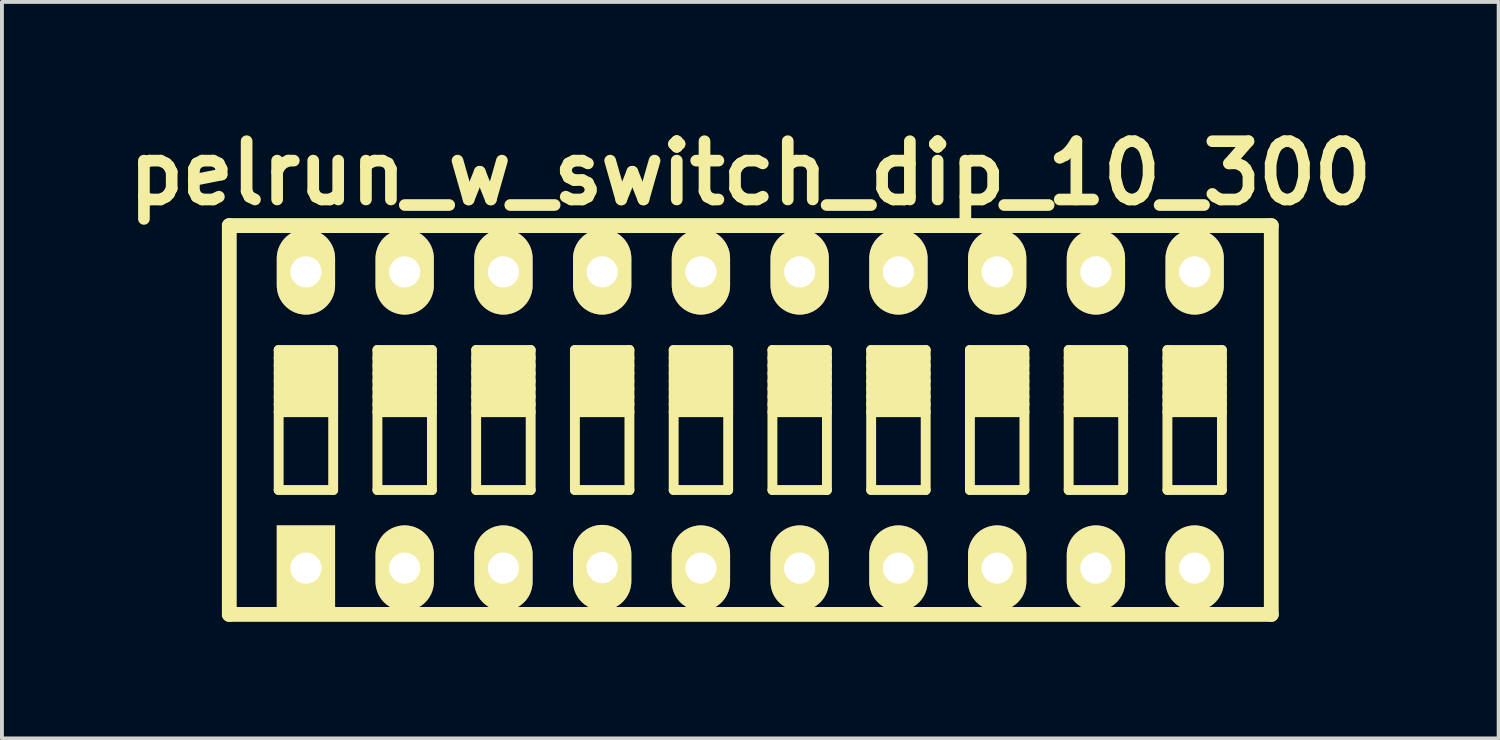
<source format=kicad_pcb>
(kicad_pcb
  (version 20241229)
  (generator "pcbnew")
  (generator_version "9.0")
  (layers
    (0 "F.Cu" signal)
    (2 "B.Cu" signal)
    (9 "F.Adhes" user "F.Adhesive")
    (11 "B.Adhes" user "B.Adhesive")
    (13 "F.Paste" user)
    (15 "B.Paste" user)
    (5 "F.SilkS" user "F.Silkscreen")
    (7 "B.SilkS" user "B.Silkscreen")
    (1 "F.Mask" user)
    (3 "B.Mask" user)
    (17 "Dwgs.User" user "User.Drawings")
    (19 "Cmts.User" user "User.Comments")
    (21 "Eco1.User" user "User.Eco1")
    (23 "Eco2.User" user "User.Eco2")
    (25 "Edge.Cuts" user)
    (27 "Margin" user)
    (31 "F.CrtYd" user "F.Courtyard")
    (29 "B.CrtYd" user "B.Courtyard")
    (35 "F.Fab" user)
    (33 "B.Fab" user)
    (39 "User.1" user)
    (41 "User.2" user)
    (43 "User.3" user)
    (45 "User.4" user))
  (footprint "pelrun_w_switch_dip_10_300"
    (layer "F.Cu")
    (at 16.249 7.753)
    (property "Reference" "pelrun_w_switch_dip_10_300" (at 0 -6.35 0) (layer "F.SilkS") (effects (font (size 1.499 1.499) (thickness 0.3))))
    (attr through_hole)
    (fp_line (start -13.401 5.001) (end -13.401 -5.001) (stroke (width 0.381) (type solid)) (layer "F.SilkS"))
    (fp_line (start -13.401 5.001) (end 13.401 5.001) (stroke (width 0.381) (type solid)) (layer "F.SilkS"))
    (fp_line (start -12.131 -1.801) (end -12.131 1.801) (stroke (width 0.254) (type solid)) (layer "F.SilkS"))
    (fp_line (start -12.131 -1.6) (end -10.729 -1.6) (stroke (width 0.254) (type solid)) (layer "F.SilkS"))
    (fp_line (start -12.131 -1.4) (end -10.729 -1.4) (stroke (width 0.254) (type solid)) (layer "F.SilkS"))
    (fp_line (start -12.131 -1.201) (end -10.729 -1.201) (stroke (width 0.254) (type solid)) (layer "F.SilkS"))
    (fp_line (start -12.131 -1.001) (end -10.729 -1.001) (stroke (width 0.254) (type solid)) (layer "F.SilkS"))
    (fp_line (start -12.131 -0.8) (end -10.729 -0.8) (stroke (width 0.254) (type solid)) (layer "F.SilkS"))
    (fp_line (start -12.131 -0.599) (end -10.729 -0.599) (stroke (width 0.254) (type solid)) (layer "F.SilkS"))
    (fp_line (start -12.131 -0.401) (end -10.729 -0.401) (stroke (width 0.254) (type solid)) (layer "F.SilkS"))
    (fp_line (start -12.131 -0.201) (end -10.729 -0.201) (stroke (width 0.254) (type solid)) (layer "F.SilkS"))
    (fp_line (start -12.131 1.801) (end -10.729 1.801) (stroke (width 0.254) (type solid)) (layer "F.SilkS"))
    (fp_line (start -10.729 -1.801) (end -12.131 -1.801) (stroke (width 0.254) (type solid)) (layer "F.SilkS"))
    (fp_line (start -10.729 1.801) (end -10.729 -1.801) (stroke (width 0.254) (type solid)) (layer "F.SilkS"))
    (fp_line (start -9.591 -1.801) (end -9.591 1.801) (stroke (width 0.254) (type solid)) (layer "F.SilkS"))
    (fp_line (start -9.591 -1.6) (end -8.189 -1.6) (stroke (width 0.254) (type solid)) (layer "F.SilkS"))
    (fp_line (start -9.591 -1.4) (end -8.189 -1.4) (stroke (width 0.254) (type solid)) (layer "F.SilkS"))
    (fp_line (start -9.591 -1.201) (end -8.189 -1.201) (stroke (width 0.254) (type solid)) (layer "F.SilkS"))
    (fp_line (start -9.591 -1.001) (end -8.189 -1.001) (stroke (width 0.254) (type solid)) (layer "F.SilkS"))
    (fp_line (start -9.591 -0.8) (end -8.189 -0.8) (stroke (width 0.254) (type solid)) (layer "F.SilkS"))
    (fp_line (start -9.591 -0.599) (end -8.189 -0.599) (stroke (width 0.254) (type solid)) (layer "F.SilkS"))
    (fp_line (start -9.591 -0.401) (end -8.189 -0.401) (stroke (width 0.254) (type solid)) (layer "F.SilkS"))
    (fp_line (start -9.591 -0.201) (end -8.189 -0.201) (stroke (width 0.254) (type solid)) (layer "F.SilkS"))
    (fp_line (start -9.591 1.801) (end -8.189 1.801) (stroke (width 0.254) (type solid)) (layer "F.SilkS"))
    (fp_line (start -8.189 -1.801) (end -9.591 -1.801) (stroke (width 0.254) (type solid)) (layer "F.SilkS"))
    (fp_line (start -8.189 1.801) (end -8.189 -1.801) (stroke (width 0.254) (type solid)) (layer "F.SilkS"))
    (fp_line (start -7.051 -1.801) (end -7.051 1.801) (stroke (width 0.254) (type solid)) (layer "F.SilkS"))
    (fp_line (start -7.051 -1.6) (end -5.649 -1.6) (stroke (width 0.254) (type solid)) (layer "F.SilkS"))
    (fp_line (start -7.051 -1.4) (end -5.649 -1.4) (stroke (width 0.254) (type solid)) (layer "F.SilkS"))
    (fp_line (start -7.051 -1.201) (end -5.649 -1.201) (stroke (width 0.254) (type solid)) (layer "F.SilkS"))
    (fp_line (start -7.051 -1.001) (end -5.649 -1.001) (stroke (width 0.254) (type solid)) (layer "F.SilkS"))
    (fp_line (start -7.051 -0.8) (end -5.649 -0.8) (stroke (width 0.254) (type solid)) (layer "F.SilkS"))
    (fp_line (start -7.051 -0.599) (end -5.649 -0.599) (stroke (width 0.254) (type solid)) (layer "F.SilkS"))
    (fp_line (start -7.051 -0.401) (end -5.649 -0.401) (stroke (width 0.254) (type solid)) (layer "F.SilkS"))
    (fp_line (start -7.051 -0.201) (end -5.649 -0.201) (stroke (width 0.254) (type solid)) (layer "F.SilkS"))
    (fp_line (start -7.051 1.801) (end -5.649 1.801) (stroke (width 0.254) (type solid)) (layer "F.SilkS"))
    (fp_line (start -5.649 -1.801) (end -7.051 -1.801) (stroke (width 0.254) (type solid)) (layer "F.SilkS"))
    (fp_line (start -5.649 1.801) (end -5.649 -1.801) (stroke (width 0.254) (type solid)) (layer "F.SilkS"))
    (fp_line (start -4.511 -1.801) (end -4.511 1.801) (stroke (width 0.254) (type solid)) (layer "F.SilkS"))
    (fp_line (start -4.511 -1.6) (end -3.109 -1.6) (stroke (width 0.254) (type solid)) (layer "F.SilkS"))
    (fp_line (start -4.511 -1.4) (end -3.109 -1.4) (stroke (width 0.254) (type solid)) (layer "F.SilkS"))
    (fp_line (start -4.511 -1.201) (end -3.109 -1.201) (stroke (width 0.254) (type solid)) (layer "F.SilkS"))
    (fp_line (start -4.511 -1.001) (end -3.109 -1.001) (stroke (width 0.254) (type solid)) (layer "F.SilkS"))
    (fp_line (start -4.511 -0.8) (end -3.109 -0.8) (stroke (width 0.254) (type solid)) (layer "F.SilkS"))
    (fp_line (start -4.511 -0.599) (end -3.109 -0.599) (stroke (width 0.254) (type solid)) (layer "F.SilkS"))
    (fp_line (start -4.511 -0.401) (end -3.109 -0.401) (stroke (width 0.254) (type solid)) (layer "F.SilkS"))
    (fp_line (start -4.511 -0.201) (end -3.109 -0.201) (stroke (width 0.254) (type solid)) (layer "F.SilkS"))
    (fp_line (start -4.511 1.801) (end -3.109 1.801) (stroke (width 0.254) (type solid)) (layer "F.SilkS"))
    (fp_line (start -3.109 -1.801) (end -4.511 -1.801) (stroke (width 0.254) (type solid)) (layer "F.SilkS"))
    (fp_line (start -3.109 1.801) (end -3.109 -1.801) (stroke (width 0.254) (type solid)) (layer "F.SilkS"))
    (fp_line (start -1.971 -1.801) (end -1.971 1.801) (stroke (width 0.254) (type solid)) (layer "F.SilkS"))
    (fp_line (start -1.971 -1.6) (end -0.569 -1.6) (stroke (width 0.254) (type solid)) (layer "F.SilkS"))
    (fp_line (start -1.971 -1.4) (end -0.569 -1.4) (stroke (width 0.254) (type solid)) (layer "F.SilkS"))
    (fp_line (start -1.971 -1.201) (end -0.569 -1.201) (stroke (width 0.254) (type solid)) (layer "F.SilkS"))
    (fp_line (start -1.971 -1.001) (end -0.569 -1.001) (stroke (width 0.254) (type solid)) (layer "F.SilkS"))
    (fp_line (start -1.971 -0.8) (end -0.569 -0.8) (stroke (width 0.254) (type solid)) (layer "F.SilkS"))
    (fp_line (start -1.971 -0.599) (end -0.569 -0.599) (stroke (width 0.254) (type solid)) (layer "F.SilkS"))
    (fp_line (start -1.971 -0.401) (end -0.569 -0.401) (stroke (width 0.254) (type solid)) (layer "F.SilkS"))
    (fp_line (start -1.971 -0.201) (end -0.569 -0.201) (stroke (width 0.254) (type solid)) (layer "F.SilkS"))
    (fp_line (start -1.971 1.801) (end -0.569 1.801) (stroke (width 0.254) (type solid)) (layer "F.SilkS"))
    (fp_line (start -0.569 -1.801) (end -1.971 -1.801) (stroke (width 0.254) (type solid)) (layer "F.SilkS"))
    (fp_line (start -0.569 1.801) (end -0.569 -1.801) (stroke (width 0.254) (type solid)) (layer "F.SilkS"))
    (fp_line (start 0.569 -1.801) (end 0.569 1.801) (stroke (width 0.254) (type solid)) (layer "F.SilkS"))
    (fp_line (start 0.569 -1.6) (end 1.971 -1.6) (stroke (width 0.254) (type solid)) (layer "F.SilkS"))
    (fp_line (start 0.569 -1.4) (end 1.971 -1.4) (stroke (width 0.254) (type solid)) (layer "F.SilkS"))
    (fp_line (start 0.569 -1.201) (end 1.971 -1.201) (stroke (width 0.254) (type solid)) (layer "F.SilkS"))
    (fp_line (start 0.569 -1.001) (end 1.971 -1.001) (stroke (width 0.254) (type solid)) (layer "F.SilkS"))
    (fp_line (start 0.569 -0.8) (end 1.971 -0.8) (stroke (width 0.254) (type solid)) (layer "F.SilkS"))
    (fp_line (start 0.569 -0.599) (end 1.971 -0.599) (stroke (width 0.254) (type solid)) (layer "F.SilkS"))
    (fp_line (start 0.569 -0.401) (end 1.971 -0.401) (stroke (width 0.254) (type solid)) (layer "F.SilkS"))
    (fp_line (start 0.569 -0.201) (end 1.971 -0.201) (stroke (width 0.254) (type solid)) (layer "F.SilkS"))
    (fp_line (start 0.569 1.801) (end 1.971 1.801) (stroke (width 0.254) (type solid)) (layer "F.SilkS"))
    (fp_line (start 1.971 -1.801) (end 0.569 -1.801) (stroke (width 0.254) (type solid)) (layer "F.SilkS"))
    (fp_line (start 1.971 1.801) (end 1.971 -1.801) (stroke (width 0.254) (type solid)) (layer "F.SilkS"))
    (fp_line (start 3.109 -1.801) (end 3.109 1.801) (stroke (width 0.254) (type solid)) (layer "F.SilkS"))
    (fp_line (start 3.109 -1.6) (end 4.511 -1.6) (stroke (width 0.254) (type solid)) (layer "F.SilkS"))
    (fp_line (start 3.109 -1.4) (end 4.511 -1.4) (stroke (width 0.254) (type solid)) (layer "F.SilkS"))
    (fp_line (start 3.109 -1.201) (end 4.511 -1.201) (stroke (width 0.254) (type solid)) (layer "F.SilkS"))
    (fp_line (start 3.109 -1.001) (end 4.511 -1.001) (stroke (width 0.254) (type solid)) (layer "F.SilkS"))
    (fp_line (start 3.109 -0.8) (end 4.511 -0.8) (stroke (width 0.254) (type solid)) (layer "F.SilkS"))
    (fp_line (start 3.109 -0.599) (end 4.511 -0.599) (stroke (width 0.254) (type solid)) (layer "F.SilkS"))
    (fp_line (start 3.109 -0.401) (end 4.511 -0.401) (stroke (width 0.254) (type solid)) (layer "F.SilkS"))
    (fp_line (start 3.109 -0.201) (end 4.511 -0.201) (stroke (width 0.254) (type solid)) (layer "F.SilkS"))
    (fp_line (start 3.109 1.801) (end 4.511 1.801) (stroke (width 0.254) (type solid)) (layer "F.SilkS"))
    (fp_line (start 4.511 -1.801) (end 3.109 -1.801) (stroke (width 0.254) (type solid)) (layer "F.SilkS"))
    (fp_line (start 4.511 1.801) (end 4.511 -1.801) (stroke (width 0.254) (type solid)) (layer "F.SilkS"))
    (fp_line (start 5.649 -1.801) (end 5.649 1.801) (stroke (width 0.254) (type solid)) (layer "F.SilkS"))
    (fp_line (start 5.649 -1.6) (end 7.051 -1.6) (stroke (width 0.254) (type solid)) (layer "F.SilkS"))
    (fp_line (start 5.649 -1.4) (end 7.051 -1.4) (stroke (width 0.254) (type solid)) (layer "F.SilkS"))
    (fp_line (start 5.649 -1.201) (end 7.051 -1.201) (stroke (width 0.254) (type solid)) (layer "F.SilkS"))
    (fp_line (start 5.649 -1.001) (end 7.051 -1.001) (stroke (width 0.254) (type solid)) (layer "F.SilkS"))
    (fp_line (start 5.649 -0.8) (end 7.051 -0.8) (stroke (width 0.254) (type solid)) (layer "F.SilkS"))
    (fp_line (start 5.649 -0.599) (end 7.051 -0.599) (stroke (width 0.254) (type solid)) (layer "F.SilkS"))
    (fp_line (start 5.649 -0.401) (end 7.051 -0.401) (stroke (width 0.254) (type solid)) (layer "F.SilkS"))
    (fp_line (start 5.649 -0.201) (end 7.051 -0.201) (stroke (width 0.254) (type solid)) (layer "F.SilkS"))
    (fp_line (start 5.649 1.801) (end 7.051 1.801) (stroke (width 0.254) (type solid)) (layer "F.SilkS"))
    (fp_line (start 7.051 -1.801) (end 5.649 -1.801) (stroke (width 0.254) (type solid)) (layer "F.SilkS"))
    (fp_line (start 7.051 1.801) (end 7.051 -1.801) (stroke (width 0.254) (type solid)) (layer "F.SilkS"))
    (fp_line (start 8.189 -1.801) (end 8.189 1.801) (stroke (width 0.254) (type solid)) (layer "F.SilkS"))
    (fp_line (start 8.189 -1.6) (end 9.591 -1.6) (stroke (width 0.254) (type solid)) (layer "F.SilkS"))
    (fp_line (start 8.189 -1.4) (end 9.591 -1.4) (stroke (width 0.254) (type solid)) (layer "F.SilkS"))
    (fp_line (start 8.189 -1.201) (end 9.591 -1.201) (stroke (width 0.254) (type solid)) (layer "F.SilkS"))
    (fp_line (start 8.189 -1.001) (end 9.591 -1.001) (stroke (width 0.254) (type solid)) (layer "F.SilkS"))
    (fp_line (start 8.189 -0.8) (end 9.591 -0.8) (stroke (width 0.254) (type solid)) (layer "F.SilkS"))
    (fp_line (start 8.189 -0.599) (end 9.591 -0.599) (stroke (width 0.254) (type solid)) (layer "F.SilkS"))
    (fp_line (start 8.189 -0.401) (end 9.591 -0.401) (stroke (width 0.254) (type solid)) (layer "F.SilkS"))
    (fp_line (start 8.189 -0.201) (end 9.591 -0.201) (stroke (width 0.254) (type solid)) (layer "F.SilkS"))
    (fp_line (start 8.189 1.801) (end 9.591 1.801) (stroke (width 0.254) (type solid)) (layer "F.SilkS"))
    (fp_line (start 9.591 -1.801) (end 8.189 -1.801) (stroke (width 0.254) (type solid)) (layer "F.SilkS"))
    (fp_line (start 9.591 1.801) (end 9.591 -1.801) (stroke (width 0.254) (type solid)) (layer "F.SilkS"))
    (fp_line (start 10.729 -1.801) (end 10.729 1.801) (stroke (width 0.254) (type solid)) (layer "F.SilkS"))
    (fp_line (start 10.729 -1.6) (end 12.131 -1.6) (stroke (width 0.254) (type solid)) (layer "F.SilkS"))
    (fp_line (start 10.729 -1.4) (end 12.131 -1.4) (stroke (width 0.254) (type solid)) (layer "F.SilkS"))
    (fp_line (start 10.729 -1.201) (end 12.131 -1.201) (stroke (width 0.254) (type solid)) (layer "F.SilkS"))
    (fp_line (start 10.729 -1.001) (end 12.131 -1.001) (stroke (width 0.254) (type solid)) (layer "F.SilkS"))
    (fp_line (start 10.729 -0.8) (end 12.131 -0.8) (stroke (width 0.254) (type solid)) (layer "F.SilkS"))
    (fp_line (start 10.729 -0.599) (end 12.131 -0.599) (stroke (width 0.254) (type solid)) (layer "F.SilkS"))
    (fp_line (start 10.729 -0.401) (end 12.131 -0.401) (stroke (width 0.254) (type solid)) (layer "F.SilkS"))
    (fp_line (start 10.729 -0.201) (end 12.131 -0.201) (stroke (width 0.254) (type solid)) (layer "F.SilkS"))
    (fp_line (start 10.729 1.801) (end 12.131 1.801) (stroke (width 0.254) (type solid)) (layer "F.SilkS"))
    (fp_line (start 12.131 -1.801) (end 10.729 -1.801) (stroke (width 0.254) (type solid)) (layer "F.SilkS"))
    (fp_line (start 12.131 1.801) (end 12.131 -1.801) (stroke (width 0.254) (type solid)) (layer "F.SilkS"))
    (fp_line (start 13.401 -5.001) (end -13.401 -5.001) (stroke (width 0.381) (type solid)) (layer "F.SilkS"))
    (fp_line (start 13.401 -4.999) (end 13.401 5.001) (stroke (width 0.381) (type solid)) (layer "F.SilkS"))
    (pad "1" thru_hole rect (at -11.43 3.81) (size 1.499 2.197) (drill 0.8) (layers "*.Cu" "*.Mask" "F.SilkS"))
    (pad "2" thru_hole oval (at -8.89 3.81) (size 1.499 2.197) (drill 0.8) (layers "*.Cu" "*.Mask" "F.SilkS"))
    (pad "3" thru_hole oval (at -6.35 3.81) (size 1.499 2.197) (drill 0.8) (layers "*.Cu" "*.Mask" "F.SilkS"))
    (pad "4" thru_hole oval (at -3.81 3.797) (size 1.499 2.197) (drill 0.8) (layers "*.Cu" "*.Mask" "F.SilkS"))
    (pad "5" thru_hole oval (at -1.27 3.81) (size 1.499 2.197) (drill 0.8) (layers "*.Cu" "*.Mask" "F.SilkS"))
    (pad "6" thru_hole oval (at 1.27 3.81) (size 1.499 2.197) (drill 0.8) (layers "*.Cu" "*.Mask" "F.SilkS"))
    (pad "7" thru_hole oval (at 3.81 3.81) (size 1.499 2.197) (drill 0.8) (layers "*.Cu" "*.Mask" "F.SilkS"))
    (pad "8" thru_hole oval (at 6.35 3.81) (size 1.499 2.197) (drill 0.8) (layers "*.Cu" "*.Mask" "F.SilkS"))
    (pad "9" thru_hole oval (at 8.89 3.81) (size 1.499 2.197) (drill 0.8) (layers "*.Cu" "*.Mask" "F.SilkS"))
    (pad "10" thru_hole oval (at 11.43 3.81) (size 1.499 2.197) (drill 0.8) (layers "*.Cu" "*.Mask" "F.SilkS"))
    (pad "11" thru_hole oval (at 11.43 -3.81) (size 1.499 2.197) (drill 0.8) (layers "*.Cu" "*.Mask" "F.SilkS"))
    (pad "12" thru_hole oval (at 8.89 -3.81) (size 1.499 2.197) (drill 0.8) (layers "*.Cu" "*.Mask" "F.SilkS"))
    (pad "13" thru_hole oval (at 6.35 -3.81) (size 1.499 2.197) (drill 0.8) (layers "*.Cu" "*.Mask" "F.SilkS"))
    (pad "14" thru_hole oval (at 3.81 -3.81) (size 1.499 2.197) (drill 0.8) (layers "*.Cu" "*.Mask" "F.SilkS"))
    (pad "15" thru_hole oval (at 1.27 -3.81) (size 1.499 2.197) (drill 0.8) (layers "*.Cu" "*.Mask" "F.SilkS"))
    (pad "16" thru_hole oval (at -1.27 -3.81) (size 1.499 2.197) (drill 0.8) (layers "*.Cu" "*.Mask" "F.SilkS"))
    (pad "17" thru_hole oval (at -3.81 -3.81) (size 1.499 2.197) (drill 0.8) (layers "*.Cu" "*.Mask" "F.SilkS"))
    (pad "18" thru_hole oval (at -6.35 -3.81) (size 1.499 2.197) (drill 0.8) (layers "*.Cu" "*.Mask" "F.SilkS"))
    (pad "19" thru_hole oval (at -8.89 -3.81) (size 1.499 2.197) (drill 0.8) (layers "*.Cu" "*.Mask" "F.SilkS"))
    (pad "20" thru_hole oval (at -11.43 -3.81) (size 1.499 2.197) (drill 0.8) (layers "*.Cu" "*.Mask" "F.SilkS")))
  (gr_rect
    (start -3 -3)
    (end 35.498 15.944)
    (stroke (width 0.1) (type default))
    (fill no)
    (layer "Edge.Cuts")))
</source>
